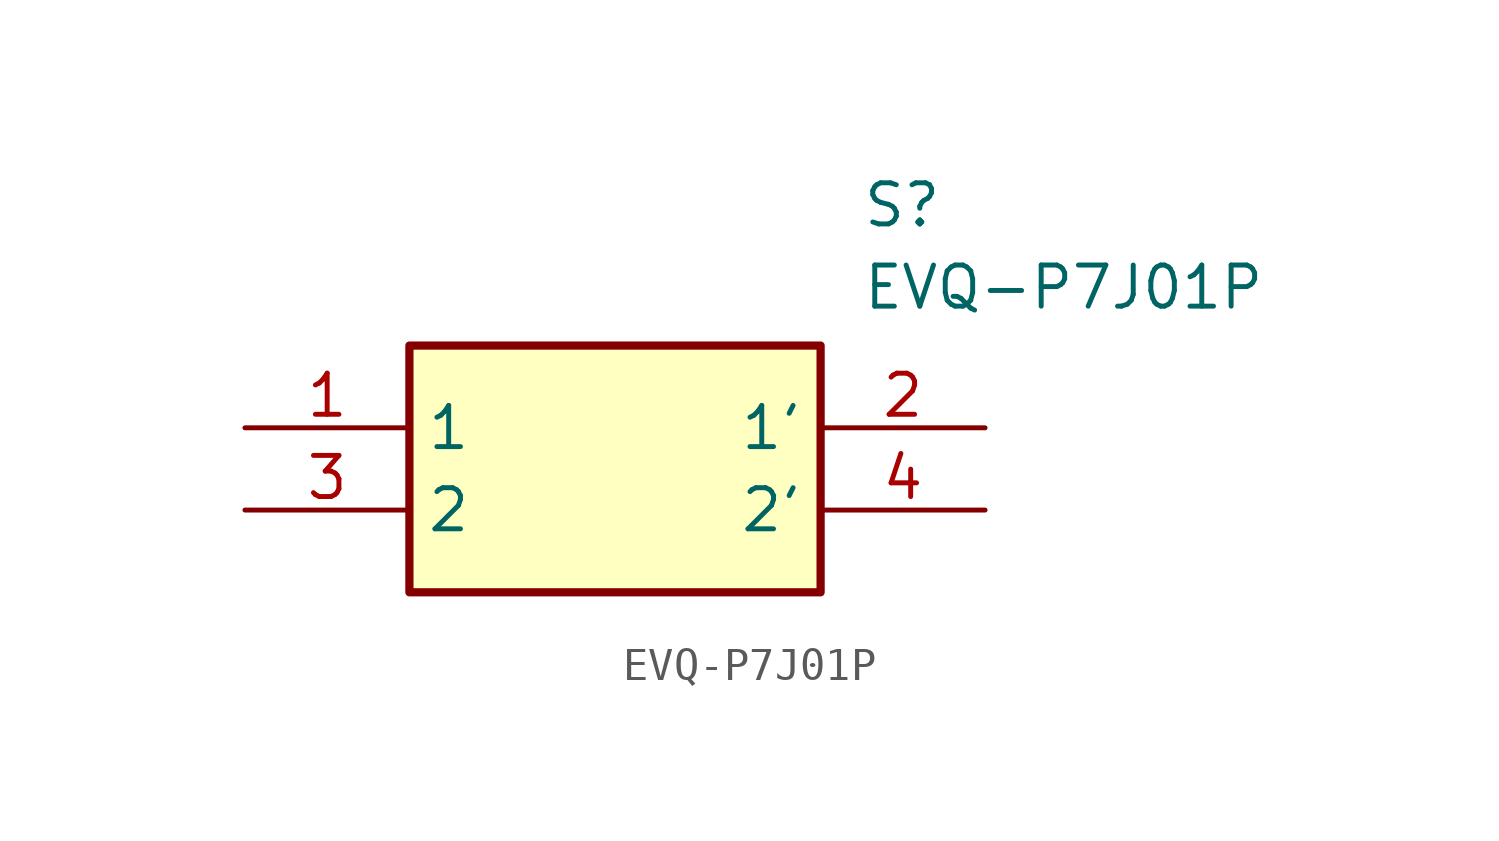
<source format=kicad_sym>
(kicad_symbol_lib
  (version 20211014)
  (generator SamacSys_ECAD_Model)
  (symbol "EVQ-P7J01P"
    (property "Reference" "S"
      (at 19.05 7.62 0)
      (effects (font (size 1.27 1.27)) (justify left top)))
    (property "Value" "EVQ-P7J01P"
      (at 19.05 5.08 0)
      (effects (font (size 1.27 1.27)) (justify left top)))
    (rectangle
      (start 5.08 2.54)
      (end 17.78 -5.08)
      (stroke (width 0.254) (type default))
      (fill (type background)))
    (pin passive line
      (at 0 0 0)
      (length 5.08)
      (name "1" (effects (font (size 1.27 1.27))))
      (number "1" (effects (font (size 1.27 1.27)))))
    (pin passive line
      (at 22.86 0 180)
      (length 5.08)
      (name "1'" (effects (font (size 1.27 1.27))))
      (number "2" (effects (font (size 1.27 1.27)))))
    (pin passive line
      (at 0 -2.54 0)
      (length 5.08)
      (name "2" (effects (font (size 1.27 1.27))))
      (number "3" (effects (font (size 1.27 1.27)))))
    (pin passive line
      (at 22.86 -2.54 180)
      (length 5.08)
      (name "2'" (effects (font (size 1.27 1.27))))
      (number "4" (effects (font (size 1.27 1.27)))))))
</source>
